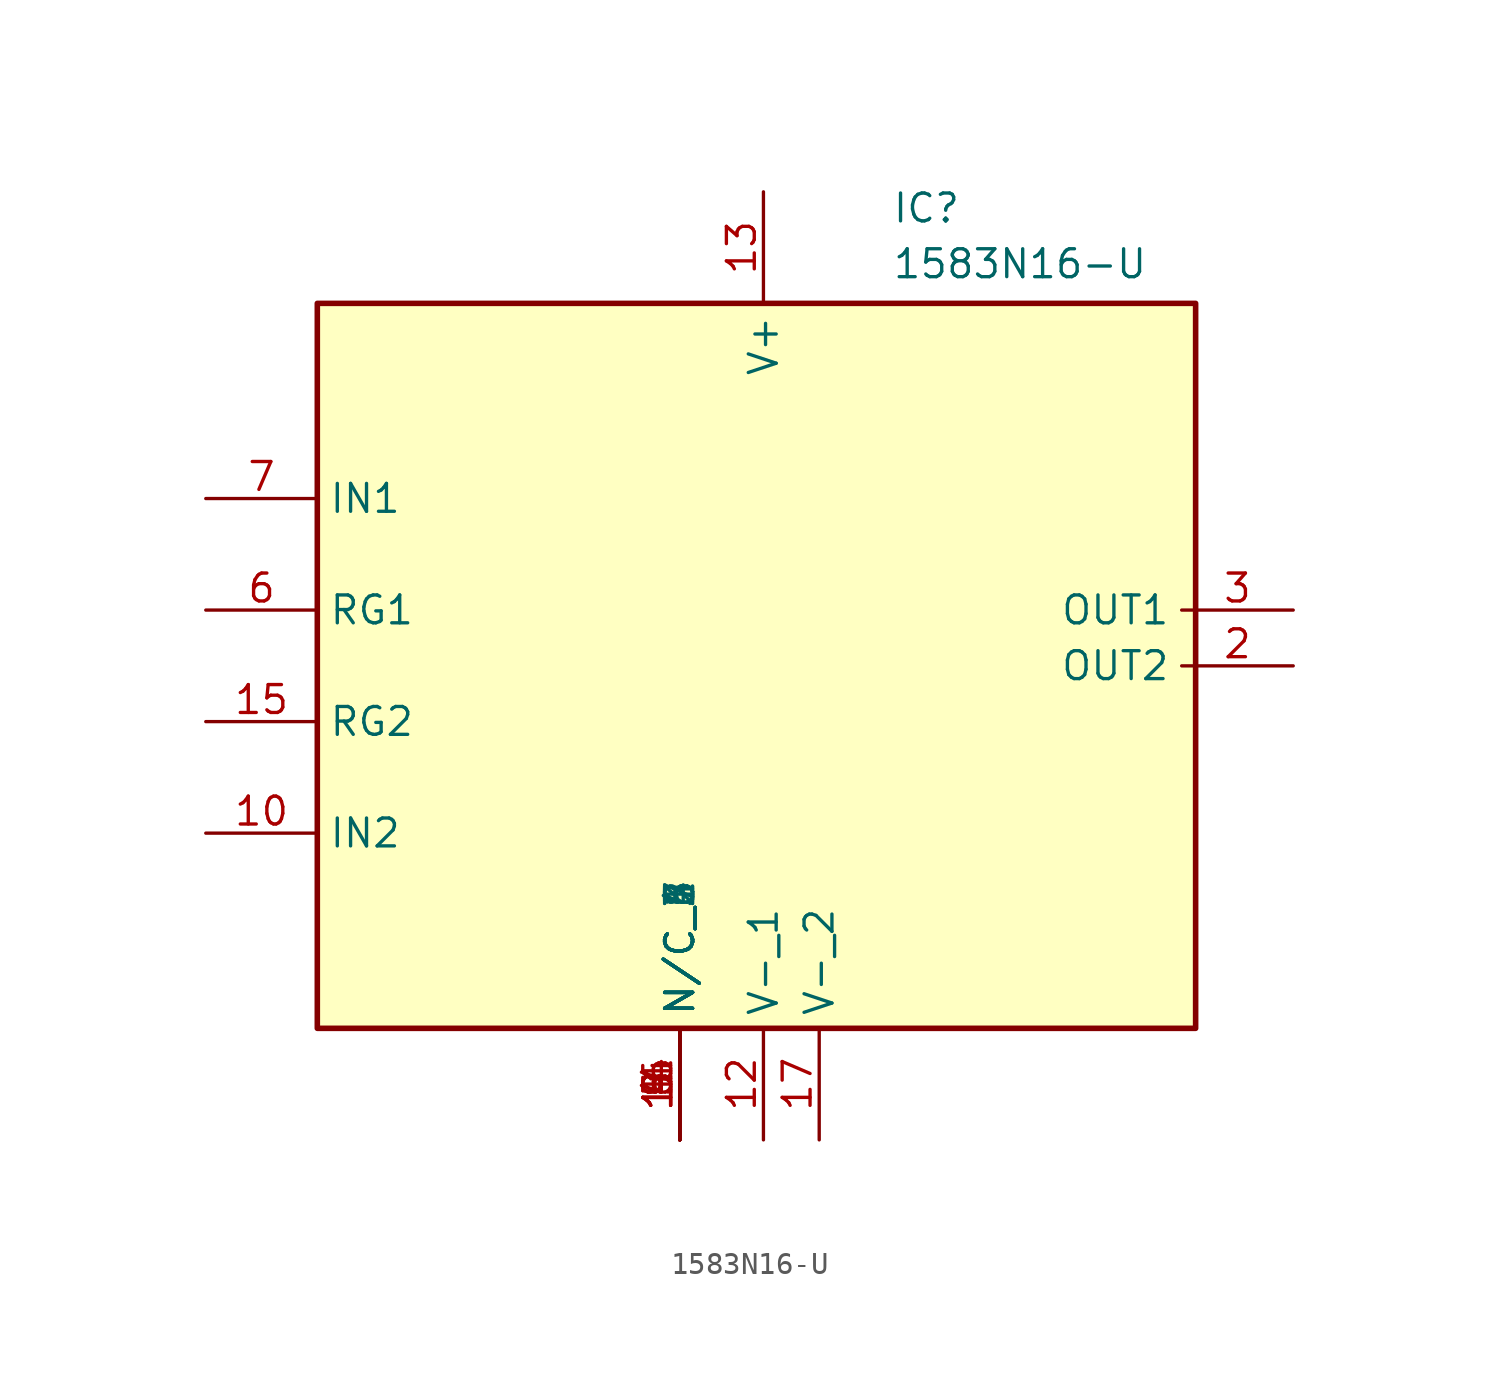
<source format=kicad_sym>
(kicad_symbol_lib
  (version 20241209)
  (generator "kicad_symbol_editor")
  (generator_version "9.0")
  (symbol "1583N16-U"
    (property "Reference" "IC"
      (at 26.162 20.32 0)
      (effects (font (size 1.27 1.27)) (justify left top)))
    (property "Value" "1583N16-U"
      (at 26.162 17.78 0)
      (effects (font (size 1.27 1.27)) (justify left top)))
    (symbol "1583N16-U_1_1"
      (rectangle (start 0 15.24) (end 40.005 -17.78) (stroke (width 0.254) (type default)) (fill (type background)))
      (pin passive line (at -5.08 6.35 0) (length 5.08) (name "IN1" (effects (font (size 1.27 1.27)))) (number "7" (effects (font (size 1.27 1.27)))))
      (pin passive line (at -5.08 1.27 0) (length 5.08) (name "RG1" (effects (font (size 1.27 1.27)))) (number "6" (effects (font (size 1.27 1.27)))))
      (pin passive line (at -5.08 -3.81 0) (length 5.08) (name "RG2" (effects (font (size 1.27 1.27)))) (number "15" (effects (font (size 1.27 1.27)))))
      (pin passive line (at -5.08 -8.89 0) (length 5.08) (name "IN2" (effects (font (size 1.27 1.27)))) (number "10" (effects (font (size 1.27 1.27)))))
      (pin passive line (at 16.51 -22.86 90) (length 5.08) (name "N/C_1" (effects (font (size 1.27 1.27)))) (number "1" (effects (font (size 1.27 1.27)))))
      (pin passive line (at 16.51 -22.86 90) (length 5.08) (name "N/C_6" (effects (font (size 1.27 1.27)))) (number "11" (effects (font (size 1.27 1.27)))))
      (pin passive line (at 16.51 -22.86 90) (length 5.08) (name "N/C_7" (effects (font (size 1.27 1.27)))) (number "14" (effects (font (size 1.27 1.27)))))
      (pin passive line (at 16.51 -22.86 90) (length 5.08) (name "N/C_8" (effects (font (size 1.27 1.27)))) (number "16" (effects (font (size 1.27 1.27)))))
      (pin passive line (at 16.51 -22.86 90) (length 5.08) (name "N/C_2" (effects (font (size 1.27 1.27)))) (number "4" (effects (font (size 1.27 1.27)))))
      (pin passive line (at 16.51 -22.86 90) (length 5.08) (name "N/C_3" (effects (font (size 1.27 1.27)))) (number "5" (effects (font (size 1.27 1.27)))))
      (pin passive line (at 16.51 -22.86 90) (length 5.08) (name "N/C_4" (effects (font (size 1.27 1.27)))) (number "8" (effects (font (size 1.27 1.27)))))
      (pin passive line (at 16.51 -22.86 90) (length 5.08) (name "N/C_5" (effects (font (size 1.27 1.27)))) (number "9" (effects (font (size 1.27 1.27)))))
      (pin passive line (at 20.32 20.32 270) (length 5.08) (name "V+" (effects (font (size 1.27 1.27)))) (number "13" (effects (font (size 1.27 1.27)))))
      (pin passive line (at 20.32 -22.86 90) (length 5.08) (name "V-_1" (effects (font (size 1.27 1.27)))) (number "12" (effects (font (size 1.27 1.27)))))
      (pin passive line (at 22.86 -22.86 90) (length 5.08) (name "V-_2" (effects (font (size 1.27 1.27)))) (number "17" (effects (font (size 1.27 1.27)))))
      (pin passive line (at 44.45 1.27 180) (length 5.08) (name "OUT1" (effects (font (size 1.27 1.27)))) (number "3" (effects (font (size 1.27 1.27)))))
      (pin passive line (at 44.45 -1.27 180) (length 5.08) (name "OUT2" (effects (font (size 1.27 1.27)))) (number "2" (effects (font (size 1.27 1.27))))))))
</source>
